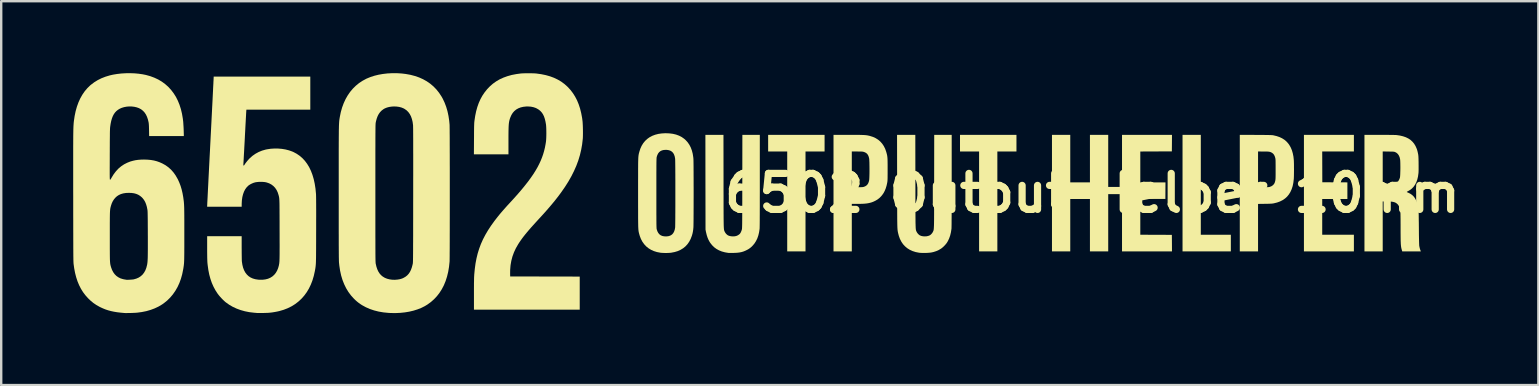
<source format=kicad_pcb>
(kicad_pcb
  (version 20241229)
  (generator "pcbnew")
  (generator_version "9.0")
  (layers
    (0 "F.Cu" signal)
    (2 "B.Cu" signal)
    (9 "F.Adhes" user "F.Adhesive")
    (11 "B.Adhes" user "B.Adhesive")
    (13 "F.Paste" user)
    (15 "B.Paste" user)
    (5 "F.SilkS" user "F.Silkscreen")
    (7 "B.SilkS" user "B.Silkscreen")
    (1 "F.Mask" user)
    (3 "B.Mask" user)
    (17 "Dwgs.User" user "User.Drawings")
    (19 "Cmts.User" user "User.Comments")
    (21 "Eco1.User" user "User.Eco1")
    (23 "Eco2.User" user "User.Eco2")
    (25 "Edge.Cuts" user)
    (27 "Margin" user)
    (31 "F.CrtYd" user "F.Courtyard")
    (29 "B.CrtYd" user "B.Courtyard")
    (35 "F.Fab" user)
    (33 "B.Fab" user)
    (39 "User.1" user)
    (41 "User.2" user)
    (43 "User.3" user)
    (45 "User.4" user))
  (footprint "6502 Output Helper 10mm"
    (layer "F.Cu")
    (at 42.473 4.998)
    (property "Reference" "6502 Output Helper 10mm" (at 0 0 0) (layer "F.SilkS") (effects (font (size 1.5 1.5) (thickness 0.3))))
    (attr board_only exclude_from_pos_files exclude_from_bom)
    (fp_poly (pts (xy 4.518 -0.347) (xy 4.518 1.735) (xy 5.144 1.735) (xy 5.77 1.735) (xy 5.77 2.081) (xy 5.77 2.428) (xy 4.764 2.428) (xy 3.757 2.428) (xy 3.757 0) (xy 3.757 -2.428) (xy 4.137 -2.428) (xy 4.518 -2.428)) (stroke (width 0) (type solid)) (fill yes) (layer "F.SilkS"))
    (fp_poly (pts (xy -11.16 -2.081) (xy -11.16 -1.735) (xy -11.558 -1.735) (xy -11.955 -1.735) (xy -11.955 0.347) (xy -11.955 2.428) (xy -12.336 2.428) (xy -12.717 2.428) (xy -12.717 0.347) (xy -12.717 -1.735) (xy -13.115 -1.735) (xy -13.512 -1.735) (xy -13.512 -2.081) (xy -13.512 -2.428) (xy -12.336 -2.428) (xy -11.16 -2.428)) (stroke (width 0) (type solid)) (fill yes) (layer "F.SilkS"))
    (fp_poly (pts (xy -3.164 -2.081) (xy -3.164 -1.735) (xy -3.562 -1.735) (xy -3.96 -1.735) (xy -3.96 0.347) (xy -3.96 2.428) (xy -4.341 2.428) (xy -4.721 2.428) (xy -4.721 0.347) (xy -4.721 -1.735) (xy -5.119 -1.735) (xy -5.517 -1.735) (xy -5.517 -2.081) (xy -5.517 -2.428) (xy -4.341 -2.428) (xy -3.164 -2.428)) (stroke (width 0) (type solid)) (fill yes) (layer "F.SilkS"))
    (fp_poly (pts (xy -0.922 -1.438) (xy -0.922 -0.448) (xy -0.512 -0.448) (xy -0.102 -0.448) (xy -0.102 -1.438) (xy -0.102 -2.428) (xy 0.279 -2.428) (xy 0.66 -2.428) (xy 0.66 0) (xy 0.66 2.428) (xy 0.279 2.428) (xy -0.102 2.428) (xy -0.102 1.337) (xy -0.102 0.245) (xy -0.512 0.245) (xy -0.922 0.245) (xy -0.922 1.337) (xy -0.922 2.428) (xy -1.303 2.428) (xy -1.684 2.428) (xy -1.684 0) (xy -1.684 -2.428) (xy -1.303 -2.428) (xy -0.922 -2.428)) (stroke (width 0) (type solid)) (fill yes) (layer "F.SilkS"))
    (fp_poly (pts (xy 3.315 -2.084) (xy 3.312 -1.739) (xy 2.655 -1.737) (xy 1.997 -1.734) (xy 1.997 -1.091) (xy 1.997 -0.448) (xy 2.521 -0.448) (xy 3.046 -0.448) (xy 3.044 -0.104) (xy 3.042 0.241) (xy 2.519 0.243) (xy 1.997 0.245) (xy 1.997 0.99) (xy 1.997 1.734) (xy 2.655 1.737) (xy 3.312 1.739) (xy 3.315 2.084) (xy 3.317 2.428) (xy 2.276 2.428) (xy 1.235 2.428) (xy 1.235 0) (xy 1.235 -2.428) (xy 2.276 -2.428) (xy 3.317 -2.428)) (stroke (width 0) (type solid)) (fill yes) (layer "F.SilkS"))
    (fp_poly (pts (xy 10.898 -2.081) (xy 10.898 -1.735) (xy 10.238 -1.735) (xy 9.578 -1.735) (xy 9.58 -1.094) (xy 9.582 -0.453) (xy 10.105 -0.45) (xy 10.627 -0.448) (xy 10.627 -0.101) (xy 10.627 0.245) (xy 10.102 0.245) (xy 9.578 0.245) (xy 9.578 0.99) (xy 9.578 1.735) (xy 10.238 1.735) (xy 10.898 1.735) (xy 10.898 2.081) (xy 10.898 2.428) (xy 9.857 2.428) (xy 8.816 2.428) (xy 8.816 0) (xy 8.816 -2.428) (xy 9.857 -2.428) (xy 10.898 -2.428)) (stroke (width 0) (type solid)) (fill yes) (layer "F.SilkS"))
    (fp_poly (pts (xy 6.809 -2.426) (xy 6.933 -2.425) (xy 7.042 -2.425) (xy 7.136 -2.424) (xy 7.217 -2.423) (xy 7.286 -2.422) (xy 7.344 -2.421) (xy 7.392 -2.42) (xy 7.431 -2.419) (xy 7.464 -2.417) (xy 7.49 -2.416) (xy 7.512 -2.414) (xy 7.529 -2.411) (xy 7.545 -2.409) (xy 7.547 -2.408) (xy 7.681 -2.376) (xy 7.8 -2.335) (xy 7.907 -2.284) (xy 8.003 -2.223) (xy 8.087 -2.152) (xy 8.162 -2.068) (xy 8.205 -2.009) (xy 8.264 -1.906) (xy 8.313 -1.79) (xy 8.351 -1.662) (xy 8.379 -1.522) (xy 8.393 -1.393) (xy 8.396 -1.348) (xy 8.398 -1.29) (xy 8.4 -1.221) (xy 8.401 -1.143) (xy 8.401 -1.06) (xy 8.402 -0.975) (xy 8.401 -0.89) (xy 8.4 -0.809) (xy 8.399 -0.734) (xy 8.397 -0.668) (xy 8.395 -0.614) (xy 8.393 -0.587) (xy 8.375 -0.434) (xy 8.346 -0.293) (xy 8.305 -0.165) (xy 8.253 -0.05) (xy 8.19 0.053) (xy 8.115 0.145) (xy 8.028 0.224) (xy 7.93 0.291) (xy 7.819 0.347) (xy 7.696 0.392) (xy 7.561 0.425) (xy 7.547 0.428) (xy 7.519 0.432) (xy 7.488 0.436) (xy 7.45 0.439) (xy 7.405 0.441) (xy 7.349 0.443) (xy 7.281 0.445) (xy 7.198 0.446) (xy 7.186 0.446) (xy 6.904 0.45) (xy 6.904 1.439) (xy 6.904 2.428) (xy 6.523 2.428) (xy 6.143 2.428) (xy 6.143 -0.000426) (xy 6.143 -0.99) (xy 6.904 -0.99) (xy 6.904 -0.245) (xy 7.122 -0.245) (xy 7.201 -0.246) (xy 7.265 -0.247) (xy 7.314 -0.249) (xy 7.351 -0.252) (xy 7.376 -0.255) (xy 7.382 -0.257) (xy 7.453 -0.283) (xy 7.513 -0.321) (xy 7.561 -0.369) (xy 7.588 -0.412) (xy 7.598 -0.436) (xy 7.609 -0.47) (xy 7.619 -0.507) (xy 7.62 -0.512) (xy 7.624 -0.529) (xy 7.627 -0.547) (xy 7.629 -0.567) (xy 7.631 -0.591) (xy 7.633 -0.621) (xy 7.634 -0.659) (xy 7.635 -0.706) (xy 7.636 -0.763) (xy 7.636 -0.833) (xy 7.636 -0.916) (xy 7.636 -0.994) (xy 7.636 -1.09) (xy 7.636 -1.171) (xy 7.635 -1.239) (xy 7.635 -1.294) (xy 7.634 -1.338) (xy 7.633 -1.374) (xy 7.631 -1.402) (xy 7.629 -1.424) (xy 7.626 -1.443) (xy 7.623 -1.458) (xy 7.621 -1.467) (xy 7.598 -1.54) (xy 7.569 -1.598) (xy 7.533 -1.643) (xy 7.488 -1.678) (xy 7.467 -1.69) (xy 7.441 -1.703) (xy 7.416 -1.713) (xy 7.389 -1.721) (xy 7.36 -1.726) (xy 7.324 -1.73) (xy 7.28 -1.733) (xy 7.225 -1.734) (xy 7.156 -1.734) (xy 7.122 -1.734) (xy 6.904 -1.735) (xy 6.904 -0.99) (xy 6.143 -0.99) (xy 6.143 -2.429)) (stroke (width 0) (type solid)) (fill yes) (layer "F.SilkS"))
    (fp_poly (pts (xy -10.038 -2.428) (xy -9.926 -2.428) (xy -9.828 -2.428) (xy -9.742 -2.427) (xy -9.668 -2.426) (xy -9.605 -2.424) (xy -9.55 -2.422) (xy -9.502 -2.42) (xy -9.461 -2.417) (xy -9.424 -2.413) (xy -9.39 -2.408) (xy -9.359 -2.403) (xy -9.328 -2.396) (xy -9.296 -2.389) (xy -9.272 -2.383) (xy -9.146 -2.343) (xy -9.032 -2.291) (xy -8.93 -2.227) (xy -8.839 -2.15) (xy -8.76 -2.061) (xy -8.692 -1.96) (xy -8.635 -1.846) (xy -8.591 -1.719) (xy -8.581 -1.684) (xy -8.571 -1.646) (xy -8.562 -1.612) (xy -8.555 -1.579) (xy -8.549 -1.547) (xy -8.545 -1.512) (xy -8.541 -1.475) (xy -8.538 -1.432) (xy -8.536 -1.383) (xy -8.535 -1.325) (xy -8.534 -1.257) (xy -8.533 -1.176) (xy -8.533 -1.082) (xy -8.533 -0.99) (xy -8.533 -0.888) (xy -8.533 -0.801) (xy -8.534 -0.727) (xy -8.534 -0.666) (xy -8.535 -0.616) (xy -8.536 -0.574) (xy -8.538 -0.54) (xy -8.539 -0.512) (xy -8.542 -0.488) (xy -8.545 -0.467) (xy -8.548 -0.447) (xy -8.548 -0.444) (xy -8.576 -0.314) (xy -8.611 -0.198) (xy -8.653 -0.095) (xy -8.702 -0.002) (xy -8.761 0.082) (xy -8.81 0.14) (xy -8.881 0.209) (xy -8.956 0.266) (xy -9.04 0.316) (xy -9.061 0.326) (xy -9.126 0.357) (xy -9.191 0.382) (xy -9.259 0.402) (xy -9.33 0.418) (xy -9.409 0.431) (xy -9.496 0.44) (xy -9.593 0.445) (xy -9.704 0.448) (xy -9.787 0.448) (xy -10.026 0.448) (xy -10.026 1.438) (xy -10.026 2.428) (xy -10.407 2.428) (xy -10.788 2.428) (xy -10.788 0) (xy -10.788 -0.99) (xy -10.026 -0.99) (xy -10.026 -0.245) (xy -9.804 -0.245) (xy -9.725 -0.246) (xy -9.66 -0.247) (xy -9.61 -0.249) (xy -9.573 -0.252) (xy -9.547 -0.255) (xy -9.54 -0.257) (xy -9.472 -0.282) (xy -9.416 -0.317) (xy -9.371 -0.363) (xy -9.337 -0.422) (xy -9.312 -0.494) (xy -9.304 -0.532) (xy -9.3 -0.561) (xy -9.297 -0.604) (xy -9.294 -0.66) (xy -9.292 -0.726) (xy -9.29 -0.799) (xy -9.289 -0.878) (xy -9.289 -0.96) (xy -9.289 -1.043) (xy -9.29 -1.124) (xy -9.291 -1.201) (xy -9.292 -1.273) (xy -9.295 -1.336) (xy -9.297 -1.388) (xy -9.301 -1.427) (xy -9.303 -1.445) (xy -9.323 -1.522) (xy -9.35 -1.585) (xy -9.386 -1.636) (xy -9.432 -1.675) (xy -9.489 -1.704) (xy -9.528 -1.718) (xy -9.547 -1.723) (xy -9.566 -1.727) (xy -9.589 -1.73) (xy -9.617 -1.732) (xy -9.653 -1.733) (xy -9.7 -1.734) (xy -9.759 -1.734) (xy -9.805 -1.735) (xy -10.026 -1.735) (xy -10.026 -0.99) (xy -10.788 -0.99) (xy -10.788 -2.428) (xy -10.166 -2.428)) (stroke (width 0) (type solid)) (fill yes) (layer "F.SilkS"))
    (fp_poly (pts (xy -15.371 -0.489) (xy -15.371 -0.272) (xy -15.371 -0.072) (xy -15.37 0.113) (xy -15.37 0.283) (xy -15.37 0.439) (xy -15.37 0.581) (xy -15.369 0.71) (xy -15.369 0.827) (xy -15.368 0.932) (xy -15.368 1.026) (xy -15.367 1.11) (xy -15.366 1.185) (xy -15.365 1.25) (xy -15.364 1.307) (xy -15.363 1.357) (xy -15.361 1.399) (xy -15.359 1.436) (xy -15.357 1.466) (xy -15.355 1.492) (xy -15.352 1.514) (xy -15.35 1.532) (xy -15.346 1.546) (xy -15.343 1.559) (xy -15.339 1.57) (xy -15.335 1.58) (xy -15.331 1.59) (xy -15.326 1.6) (xy -15.32 1.611) (xy -15.317 1.617) (xy -15.295 1.656) (xy -15.263 1.696) (xy -15.226 1.732) (xy -15.19 1.758) (xy -15.183 1.762) (xy -15.126 1.784) (xy -15.059 1.798) (xy -14.988 1.803) (xy -14.917 1.801) (xy -14.851 1.789) (xy -14.839 1.785) (xy -14.791 1.766) (xy -14.744 1.738) (xy -14.703 1.707) (xy -14.686 1.689) (xy -14.663 1.656) (xy -14.641 1.611) (xy -14.621 1.562) (xy -14.607 1.514) (xy -14.605 1.506) (xy -14.604 1.498) (xy -14.602 1.487) (xy -14.601 1.474) (xy -14.6 1.457) (xy -14.599 1.437) (xy -14.598 1.412) (xy -14.597 1.382) (xy -14.596 1.346) (xy -14.595 1.304) (xy -14.594 1.254) (xy -14.594 1.196) (xy -14.593 1.13) (xy -14.593 1.055) (xy -14.592 0.97) (xy -14.592 0.875) (xy -14.591 0.768) (xy -14.591 0.649) (xy -14.591 0.518) (xy -14.59 0.374) (xy -14.59 0.216) (xy -14.59 0.043) (xy -14.59 -0.144) (xy -14.589 -0.348) (xy -14.589 -0.489) (xy -14.586 -2.428) (xy -14.223 -2.428) (xy -13.859 -2.428) (xy -13.859 -0.512) (xy -13.859 -0.262) (xy -13.859 -0.03) (xy -13.86 0.185) (xy -13.86 0.384) (xy -13.86 0.566) (xy -13.861 0.732) (xy -13.861 0.881) (xy -13.862 1.014) (xy -13.862 1.13) (xy -13.863 1.23) (xy -13.864 1.313) (xy -13.865 1.381) (xy -13.866 1.432) (xy -13.867 1.468) (xy -13.868 1.487) (xy -13.868 1.487) (xy -13.89 1.634) (xy -13.922 1.768) (xy -13.965 1.891) (xy -14.02 2.002) (xy -14.085 2.103) (xy -14.158 2.189) (xy -14.219 2.249) (xy -14.278 2.297) (xy -14.341 2.339) (xy -14.397 2.369) (xy -14.474 2.406) (xy -14.549 2.435) (xy -14.624 2.457) (xy -14.704 2.473) (xy -14.792 2.484) (xy -14.891 2.49) (xy -14.959 2.492) (xy -15.015 2.492) (xy -15.066 2.492) (xy -15.111 2.492) (xy -15.146 2.492) (xy -15.167 2.491) (xy -15.171 2.491) (xy -15.312 2.467) (xy -15.442 2.432) (xy -15.559 2.385) (xy -15.666 2.326) (xy -15.762 2.255) (xy -15.847 2.171) (xy -15.923 2.075) (xy -15.957 2.022) (xy -16 1.942) (xy -16.037 1.855) (xy -16.069 1.757) (xy -16.096 1.646) (xy -16.104 1.612) (xy -16.122 1.519) (xy -16.125 -0.455) (xy -16.127 -2.428) (xy -15.751 -2.428) (xy -15.374 -2.428)) (stroke (width 0) (type solid)) (fill yes) (layer "F.SilkS"))
    (fp_poly (pts (xy -7.376 -0.489) (xy -7.375 -0.272) (xy -7.375 -0.072) (xy -7.375 0.113) (xy -7.375 0.283) (xy -7.374 0.439) (xy -7.374 0.581) (xy -7.374 0.71) (xy -7.373 0.827) (xy -7.373 0.932) (xy -7.372 1.026) (xy -7.371 1.11) (xy -7.371 1.185) (xy -7.37 1.25) (xy -7.368 1.307) (xy -7.367 1.357) (xy -7.365 1.399) (xy -7.364 1.436) (xy -7.362 1.466) (xy -7.359 1.492) (xy -7.357 1.514) (xy -7.354 1.532) (xy -7.351 1.546) (xy -7.347 1.559) (xy -7.344 1.57) (xy -7.339 1.58) (xy -7.335 1.59) (xy -7.33 1.6) (xy -7.325 1.611) (xy -7.322 1.617) (xy -7.299 1.656) (xy -7.267 1.696) (xy -7.23 1.732) (xy -7.193 1.759) (xy -7.187 1.762) (xy -7.127 1.785) (xy -7.058 1.799) (xy -6.984 1.803) (xy -6.91 1.799) (xy -6.84 1.784) (xy -6.782 1.762) (xy -6.746 1.738) (xy -6.709 1.704) (xy -6.676 1.664) (xy -6.651 1.625) (xy -6.647 1.617) (xy -6.642 1.605) (xy -6.637 1.595) (xy -6.632 1.585) (xy -6.628 1.575) (xy -6.624 1.565) (xy -6.62 1.553) (xy -6.617 1.539) (xy -6.614 1.523) (xy -6.611 1.504) (xy -6.609 1.48) (xy -6.607 1.452) (xy -6.605 1.418) (xy -6.603 1.379) (xy -6.601 1.333) (xy -6.6 1.28) (xy -6.599 1.219) (xy -6.598 1.149) (xy -6.597 1.07) (xy -6.597 0.981) (xy -6.596 0.881) (xy -6.596 0.77) (xy -6.595 0.648) (xy -6.595 0.512) (xy -6.595 0.364) (xy -6.594 0.201) (xy -6.594 0.024) (xy -6.594 -0.169) (xy -6.594 -0.377) (xy -6.594 -0.489) (xy -6.591 -2.428) (xy -6.227 -2.428) (xy -5.863 -2.428) (xy -5.863 -0.512) (xy -5.864 -0.262) (xy -5.864 -0.03) (xy -5.864 0.185) (xy -5.864 0.384) (xy -5.864 0.566) (xy -5.865 0.732) (xy -5.865 0.881) (xy -5.866 1.014) (xy -5.867 1.13) (xy -5.867 1.23) (xy -5.868 1.313) (xy -5.869 1.381) (xy -5.87 1.432) (xy -5.871 1.468) (xy -5.872 1.487) (xy -5.872 1.487) (xy -5.895 1.635) (xy -5.928 1.772) (xy -5.973 1.898) (xy -6.029 2.012) (xy -6.069 2.077) (xy -6.108 2.127) (xy -6.156 2.181) (xy -6.209 2.234) (xy -6.263 2.281) (xy -6.308 2.315) (xy -6.404 2.371) (xy -6.506 2.417) (xy -6.618 2.453) (xy -6.697 2.471) (xy -6.746 2.479) (xy -6.808 2.485) (xy -6.878 2.49) (xy -6.953 2.493) (xy -7.029 2.493) (xy -7.101 2.492) (xy -7.166 2.489) (xy -7.22 2.484) (xy -7.226 2.483) (xy -7.364 2.456) (xy -7.492 2.415) (xy -7.609 2.362) (xy -7.714 2.296) (xy -7.807 2.218) (xy -7.89 2.128) (xy -7.96 2.025) (xy -8.019 1.911) (xy -8.065 1.784) (xy -8.092 1.683) (xy -8.096 1.663) (xy -8.101 1.644) (xy -8.105 1.626) (xy -8.108 1.608) (xy -8.111 1.59) (xy -8.114 1.57) (xy -8.117 1.548) (xy -8.12 1.523) (xy -8.122 1.495) (xy -8.124 1.463) (xy -8.126 1.426) (xy -8.127 1.384) (xy -8.129 1.335) (xy -8.13 1.279) (xy -8.131 1.216) (xy -8.132 1.145) (xy -8.133 1.065) (xy -8.133 0.975) (xy -8.134 0.874) (xy -8.134 0.763) (xy -8.135 0.64) (xy -8.135 0.504) (xy -8.136 0.356) (xy -8.136 0.193) (xy -8.136 0.016) (xy -8.137 -0.176) (xy -8.137 -0.384) (xy -8.137 -0.493) (xy -8.14 -2.428) (xy -7.759 -2.428) (xy -7.379 -2.428)) (stroke (width 0) (type solid)) (fill yes) (layer "F.SilkS"))
    (fp_poly (pts (xy 12.083 -2.428) (xy 12.194 -2.428) (xy 12.296 -2.427) (xy 12.389 -2.426) (xy 12.472 -2.425) (xy 12.542 -2.424) (xy 12.599 -2.423) (xy 12.642 -2.422) (xy 12.669 -2.42) (xy 12.673 -2.42) (xy 12.816 -2.399) (xy 12.946 -2.368) (xy 13.063 -2.328) (xy 13.167 -2.277) (xy 13.259 -2.215) (xy 13.339 -2.142) (xy 13.408 -2.059) (xy 13.466 -1.963) (xy 13.513 -1.856) (xy 13.514 -1.856) (xy 13.53 -1.81) (xy 13.543 -1.764) (xy 13.556 -1.713) (xy 13.569 -1.65) (xy 13.573 -1.633) (xy 13.578 -1.607) (xy 13.581 -1.58) (xy 13.585 -1.551) (xy 13.587 -1.517) (xy 13.589 -1.475) (xy 13.591 -1.425) (xy 13.592 -1.363) (xy 13.594 -1.288) (xy 13.594 -1.239) (xy 13.595 -1.14) (xy 13.595 -1.05) (xy 13.595 -0.972) (xy 13.593 -0.906) (xy 13.591 -0.855) (xy 13.589 -0.833) (xy 13.57 -0.693) (xy 13.54 -0.566) (xy 13.499 -0.452) (xy 13.447 -0.351) (xy 13.384 -0.262) (xy 13.31 -0.186) (xy 13.224 -0.123) (xy 13.168 -0.091) (xy 13.138 -0.074) (xy 13.114 -0.061) (xy 13.102 -0.051) (xy 13.1 -0.048) (xy 13.108 -0.042) (xy 13.129 -0.032) (xy 13.157 -0.019) (xy 13.164 -0.017) (xy 13.247 0.024) (xy 13.32 0.074) (xy 13.384 0.134) (xy 13.439 0.206) (xy 13.486 0.291) (xy 13.525 0.388) (xy 13.556 0.499) (xy 13.58 0.626) (xy 13.585 0.658) (xy 13.588 0.679) (xy 13.59 0.702) (xy 13.592 0.73) (xy 13.594 0.763) (xy 13.596 0.803) (xy 13.597 0.85) (xy 13.599 0.906) (xy 13.6 0.973) (xy 13.601 1.051) (xy 13.602 1.141) (xy 13.604 1.245) (xy 13.605 1.364) (xy 13.606 1.447) (xy 13.607 1.591) (xy 13.608 1.721) (xy 13.61 1.836) (xy 13.612 1.936) (xy 13.614 2.02) (xy 13.616 2.089) (xy 13.618 2.141) (xy 13.62 2.178) (xy 13.621 2.196) (xy 13.635 2.264) (xy 13.652 2.33) (xy 13.671 2.386) (xy 13.674 2.392) (xy 13.689 2.428) (xy 13.301 2.428) (xy 12.913 2.428) (xy 12.896 2.371) (xy 12.887 2.34) (xy 12.879 2.308) (xy 12.872 2.276) (xy 12.866 2.242) (xy 12.861 2.204) (xy 12.857 2.162) (xy 12.853 2.114) (xy 12.851 2.058) (xy 12.848 1.994) (xy 12.847 1.92) (xy 12.846 1.835) (xy 12.845 1.738) (xy 12.844 1.627) (xy 12.844 1.5) (xy 12.844 1.43) (xy 12.844 1.322) (xy 12.843 1.219) (xy 12.843 1.124) (xy 12.842 1.036) (xy 12.841 0.959) (xy 12.84 0.893) (xy 12.838 0.839) (xy 12.837 0.8) (xy 12.835 0.776) (xy 12.835 0.774) (xy 12.821 0.682) (xy 12.8 0.604) (xy 12.772 0.538) (xy 12.737 0.484) (xy 12.707 0.452) (xy 12.672 0.423) (xy 12.634 0.399) (xy 12.591 0.381) (xy 12.542 0.367) (xy 12.483 0.357) (xy 12.414 0.351) (xy 12.331 0.348) (xy 12.271 0.347) (xy 12.099 0.347) (xy 12.099 1.388) (xy 12.099 2.428) (xy 11.719 2.428) (xy 11.338 2.428) (xy 11.338 0) (xy 11.338 -1.041) (xy 12.099 -1.041) (xy 12.099 -0.347) (xy 12.266 -0.347) (xy 12.322 -0.348) (xy 12.377 -0.349) (xy 12.425 -0.351) (xy 12.465 -0.353) (xy 12.49 -0.355) (xy 12.572 -0.374) (xy 12.644 -0.406) (xy 12.704 -0.451) (xy 12.753 -0.508) (xy 12.793 -0.58) (xy 12.816 -0.643) (xy 12.82 -0.667) (xy 12.824 -0.705) (xy 12.828 -0.756) (xy 12.83 -0.816) (xy 12.832 -0.883) (xy 12.834 -0.955) (xy 12.835 -1.03) (xy 12.835 -1.105) (xy 12.834 -1.178) (xy 12.833 -1.246) (xy 12.831 -1.307) (xy 12.829 -1.358) (xy 12.825 -1.398) (xy 12.823 -1.412) (xy 12.803 -1.497) (xy 12.771 -1.57) (xy 12.73 -1.63) (xy 12.678 -1.677) (xy 12.617 -1.711) (xy 12.617 -1.711) (xy 12.602 -1.716) (xy 12.587 -1.721) (xy 12.57 -1.724) (xy 12.548 -1.727) (xy 12.519 -1.729) (xy 12.482 -1.73) (xy 12.433 -1.731) (xy 12.371 -1.732) (xy 12.334 -1.733) (xy 12.099 -1.736) (xy 12.099 -1.041) (xy 11.338 -1.041) (xy 11.338 -2.428) (xy 11.964 -2.428)) (stroke (width 0) (type solid)) (fill yes) (layer "F.SilkS"))
    (fp_poly (pts (xy -23.405 -4.995) (xy -23.329 -4.993) (xy -23.26 -4.991) (xy -23.202 -4.987) (xy -23.175 -4.985) (xy -22.972 -4.957) (xy -22.781 -4.918) (xy -22.601 -4.867) (xy -22.434 -4.805) (xy -22.278 -4.73) (xy -22.132 -4.644) (xy -21.998 -4.545) (xy -21.874 -4.434) (xy -21.864 -4.424) (xy -21.749 -4.299) (xy -21.647 -4.165) (xy -21.556 -4.021) (xy -21.476 -3.867) (xy -21.408 -3.702) (xy -21.35 -3.526) (xy -21.303 -3.337) (xy -21.265 -3.136) (xy -21.25 -3.021) (xy -21.244 -2.967) (xy -21.24 -2.9) (xy -21.236 -2.823) (xy -21.233 -2.739) (xy -21.231 -2.651) (xy -21.23 -2.562) (xy -21.23 -2.477) (xy -21.231 -2.397) (xy -21.233 -2.327) (xy -21.236 -2.27) (xy -21.237 -2.264) (xy -21.263 -2.034) (xy -21.303 -1.808) (xy -21.356 -1.584) (xy -21.423 -1.362) (xy -21.505 -1.142) (xy -21.602 -0.922) (xy -21.713 -0.701) (xy -21.84 -0.478) (xy -21.982 -0.254) (xy -22.141 -0.026) (xy -22.142 -0.025) (xy -22.229 0.093) (xy -22.319 0.21) (xy -22.413 0.329) (xy -22.513 0.45) (xy -22.619 0.576) (xy -22.733 0.707) (xy -22.856 0.846) (xy -22.99 0.993) (xy -23.073 1.083) (xy -23.192 1.213) (xy -23.3 1.332) (xy -23.398 1.441) (xy -23.486 1.543) (xy -23.566 1.637) (xy -23.639 1.726) (xy -23.705 1.809) (xy -23.765 1.889) (xy -23.821 1.967) (xy -23.874 2.044) (xy -23.923 2.12) (xy -23.928 2.128) (xy -24.024 2.295) (xy -24.104 2.466) (xy -24.168 2.641) (xy -24.215 2.821) (xy -24.247 3.006) (xy -24.263 3.198) (xy -24.265 3.367) (xy -24.262 3.473) (xy -22.813 3.475) (xy -21.364 3.478) (xy -21.364 4.167) (xy -21.364 4.857) (xy -23.568 4.857) (xy -25.772 4.857) (xy -25.772 4.211) (xy -25.772 4.075) (xy -25.772 3.954) (xy -25.771 3.847) (xy -25.771 3.754) (xy -25.769 3.672) (xy -25.768 3.602) (xy -25.767 3.54) (xy -25.765 3.487) (xy -25.762 3.44) (xy -25.76 3.4) (xy -25.76 3.397) (xy -25.737 3.159) (xy -25.707 2.934) (xy -25.666 2.719) (xy -25.616 2.513) (xy -25.554 2.314) (xy -25.482 2.12) (xy -25.397 1.93) (xy -25.299 1.741) (xy -25.187 1.551) (xy -25.062 1.36) (xy -24.921 1.164) (xy -24.898 1.134) (xy -24.832 1.049) (xy -24.766 0.965) (xy -24.698 0.881) (xy -24.625 0.795) (xy -24.547 0.705) (xy -24.462 0.609) (xy -24.368 0.504) (xy -24.263 0.391) (xy -24.254 0.381) (xy -24.08 0.191) (xy -23.92 0.01) (xy -23.773 -0.162) (xy -23.638 -0.328) (xy -23.514 -0.486) (xy -23.402 -0.639) (xy -23.3 -0.787) (xy -23.209 -0.931) (xy -23.127 -1.072) (xy -23.055 -1.211) (xy -22.991 -1.348) (xy -22.936 -1.484) (xy -22.888 -1.621) (xy -22.848 -1.759) (xy -22.814 -1.898) (xy -22.787 -2.041) (xy -22.771 -2.141) (xy -22.766 -2.192) (xy -22.761 -2.257) (xy -22.758 -2.331) (xy -22.756 -2.412) (xy -22.755 -2.496) (xy -22.756 -2.581) (xy -22.757 -2.662) (xy -22.76 -2.737) (xy -22.764 -2.803) (xy -22.769 -2.856) (xy -22.771 -2.868) (xy -22.793 -2.991) (xy -22.82 -3.099) (xy -22.852 -3.194) (xy -22.891 -3.276) (xy -22.937 -3.348) (xy -22.992 -3.411) (xy -23.054 -3.465) (xy -23.097 -3.495) (xy -23.187 -3.545) (xy -23.288 -3.58) (xy -23.398 -3.603) (xy -23.517 -3.611) (xy -23.594 -3.61) (xy -23.715 -3.597) (xy -23.826 -3.571) (xy -23.925 -3.533) (xy -24.014 -3.482) (xy -24.091 -3.418) (xy -24.158 -3.341) (xy -24.213 -3.251) (xy -24.258 -3.148) (xy -24.272 -3.11) (xy -24.283 -3.073) (xy -24.293 -3.037) (xy -24.302 -2.999) (xy -24.309 -2.958) (xy -24.316 -2.913) (xy -24.321 -2.863) (xy -24.325 -2.805) (xy -24.328 -2.74) (xy -24.33 -2.665) (xy -24.332 -2.579) (xy -24.333 -2.481) (xy -24.334 -2.37) (xy -24.334 -2.243) (xy -24.334 -2.182) (xy -24.334 -1.616) (xy -25.054 -1.616) (xy -25.774 -1.616) (xy -25.77 -2.253) (xy -25.769 -2.377) (xy -25.769 -2.485) (xy -25.768 -2.579) (xy -25.767 -2.661) (xy -25.766 -2.73) (xy -25.765 -2.79) (xy -25.763 -2.84) (xy -25.762 -2.883) (xy -25.76 -2.919) (xy -25.758 -2.951) (xy -25.755 -2.978) (xy -25.752 -3.004) (xy -25.752 -3.008) (xy -25.721 -3.215) (xy -25.681 -3.409) (xy -25.631 -3.59) (xy -25.571 -3.759) (xy -25.5 -3.917) (xy -25.419 -4.064) (xy -25.326 -4.201) (xy -25.223 -4.33) (xy -25.107 -4.451) (xy -24.983 -4.559) (xy -24.847 -4.656) (xy -24.702 -4.741) (xy -24.545 -4.813) (xy -24.376 -4.874) (xy -24.197 -4.924) (xy -24.005 -4.961) (xy -23.826 -4.985) (xy -23.778 -4.989) (xy -23.716 -4.992) (xy -23.644 -4.994) (xy -23.566 -4.995) (xy -23.485 -4.995)) (stroke (width 0) (type solid)) (fill yes) (layer "F.SilkS"))
    (fp_poly (pts (xy -17.621 -2.489) (xy -17.479 -2.471) (xy -17.347 -2.439) (xy -17.227 -2.395) (xy -17.117 -2.339) (xy -17.017 -2.269) (xy -16.946 -2.206) (xy -16.864 -2.115) (xy -16.794 -2.013) (xy -16.736 -1.9) (xy -16.69 -1.776) (xy -16.655 -1.64) (xy -16.632 -1.491) (xy -16.626 -1.427) (xy -16.625 -1.403) (xy -16.624 -1.364) (xy -16.623 -1.31) (xy -16.622 -1.243) (xy -16.621 -1.163) (xy -16.62 -1.073) (xy -16.62 -0.972) (xy -16.619 -0.863) (xy -16.619 -0.745) (xy -16.618 -0.622) (xy -16.618 -0.493) (xy -16.618 -0.36) (xy -16.617 -0.224) (xy -16.617 -0.085) (xy -16.617 0.053) (xy -16.617 0.192) (xy -16.618 0.328) (xy -16.618 0.462) (xy -16.618 0.592) (xy -16.619 0.717) (xy -16.619 0.836) (xy -16.62 0.947) (xy -16.62 1.05) (xy -16.621 1.143) (xy -16.622 1.226) (xy -16.623 1.296) (xy -16.624 1.353) (xy -16.625 1.395) (xy -16.626 1.423) (xy -16.626 1.427) (xy -16.635 1.522) (xy -16.648 1.606) (xy -16.664 1.684) (xy -16.686 1.761) (xy -16.694 1.786) (xy -16.743 1.913) (xy -16.804 2.028) (xy -16.876 2.13) (xy -16.96 2.221) (xy -17.055 2.298) (xy -17.162 2.363) (xy -17.279 2.416) (xy -17.408 2.455) (xy -17.548 2.482) (xy -17.557 2.484) (xy -17.614 2.489) (xy -17.682 2.493) (xy -17.758 2.495) (xy -17.834 2.494) (xy -17.907 2.491) (xy -17.972 2.487) (xy -18.005 2.483) (xy -18.144 2.456) (xy -18.273 2.416) (xy -18.391 2.363) (xy -18.499 2.297) (xy -18.595 2.219) (xy -18.679 2.128) (xy -18.752 2.026) (xy -18.813 1.912) (xy -18.861 1.786) (xy -18.881 1.718) (xy -18.887 1.695) (xy -18.893 1.673) (xy -18.898 1.652) (xy -18.903 1.632) (xy -18.907 1.612) (xy -18.911 1.59) (xy -18.914 1.567) (xy -18.917 1.54) (xy -18.92 1.51) (xy -18.922 1.475) (xy -18.924 1.435) (xy -18.926 1.389) (xy -18.927 1.336) (xy -18.928 1.275) (xy -18.929 1.206) (xy -18.93 1.128) (xy -18.931 1.039) (xy -18.931 0.939) (xy -18.931 0.828) (xy -18.931 0.704) (xy -18.932 0.567) (xy -18.932 0.415) (xy -18.932 0.248) (xy -18.932 0.066) (xy -18.932 0) (xy -18.17 0) (xy -18.17 0.184) (xy -18.17 0.352) (xy -18.17 0.505) (xy -18.17 0.643) (xy -18.17 0.768) (xy -18.17 0.879) (xy -18.169 0.978) (xy -18.169 1.065) (xy -18.169 1.142) (xy -18.168 1.209) (xy -18.168 1.267) (xy -18.167 1.316) (xy -18.166 1.357) (xy -18.165 1.392) (xy -18.164 1.421) (xy -18.163 1.444) (xy -18.162 1.463) (xy -18.161 1.478) (xy -18.159 1.49) (xy -18.157 1.5) (xy -18.155 1.508) (xy -18.155 1.509) (xy -18.127 1.592) (xy -18.09 1.661) (xy -18.044 1.716) (xy -17.987 1.758) (xy -17.92 1.786) (xy -17.843 1.801) (xy -17.84 1.801) (xy -17.751 1.804) (xy -17.672 1.795) (xy -17.641 1.788) (xy -17.573 1.761) (xy -17.515 1.722) (xy -17.468 1.668) (xy -17.431 1.602) (xy -17.404 1.522) (xy -17.388 1.434) (xy -17.387 1.415) (xy -17.386 1.381) (xy -17.385 1.331) (xy -17.384 1.268) (xy -17.383 1.193) (xy -17.382 1.106) (xy -17.381 1.01) (xy -17.381 0.904) (xy -17.38 0.79) (xy -17.38 0.67) (xy -17.379 0.543) (xy -17.379 0.413) (xy -17.379 0.279) (xy -17.379 0.142) (xy -17.379 0.004) (xy -17.379 -0.133) (xy -17.379 -0.27) (xy -17.379 -0.404) (xy -17.379 -0.535) (xy -17.38 -0.662) (xy -17.38 -0.782) (xy -17.381 -0.897) (xy -17.381 -1.003) (xy -17.382 -1.1) (xy -17.383 -1.188) (xy -17.384 -1.264) (xy -17.385 -1.328) (xy -17.386 -1.378) (xy -17.387 -1.413) (xy -17.388 -1.433) (xy -17.388 -1.434) (xy -17.405 -1.526) (xy -17.432 -1.605) (xy -17.468 -1.67) (xy -17.515 -1.722) (xy -17.573 -1.761) (xy -17.641 -1.787) (xy -17.721 -1.801) (xy -17.777 -1.803) (xy -17.863 -1.798) (xy -17.938 -1.78) (xy -18.001 -1.75) (xy -18.054 -1.707) (xy -18.098 -1.651) (xy -18.132 -1.581) (xy -18.156 -1.507) (xy -18.157 -1.499) (xy -18.159 -1.489) (xy -18.161 -1.477) (xy -18.162 -1.462) (xy -18.163 -1.443) (xy -18.164 -1.419) (xy -18.165 -1.389) (xy -18.166 -1.354) (xy -18.167 -1.311) (xy -18.168 -1.26) (xy -18.168 -1.201) (xy -18.169 -1.133) (xy -18.169 -1.054) (xy -18.169 -0.965) (xy -18.17 -0.864) (xy -18.17 -0.75) (xy -18.17 -0.623) (xy -18.17 -0.483) (xy -18.17 -0.327) (xy -18.17 -0.156) (xy -18.17 0) (xy -18.932 0) (xy -18.932 -0.188) (xy -18.932 -0.36) (xy -18.932 -0.517) (xy -18.931 -0.659) (xy -18.931 -0.787) (xy -18.931 -0.903) (xy -18.931 -1.006) (xy -18.93 -1.099) (xy -18.93 -1.181) (xy -18.929 -1.253) (xy -18.928 -1.316) (xy -18.926 -1.372) (xy -18.925 -1.42) (xy -18.923 -1.462) (xy -18.921 -1.498) (xy -18.918 -1.53) (xy -18.915 -1.558) (xy -18.912 -1.582) (xy -18.908 -1.605) (xy -18.904 -1.626) (xy -18.9 -1.646) (xy -18.895 -1.666) (xy -18.889 -1.687) (xy -18.883 -1.71) (xy -18.881 -1.718) (xy -18.839 -1.85) (xy -18.785 -1.97) (xy -18.719 -2.078) (xy -18.641 -2.174) (xy -18.552 -2.257) (xy -18.452 -2.329) (xy -18.34 -2.388) (xy -18.218 -2.434) (xy -18.085 -2.468) (xy -17.942 -2.488) (xy -17.788 -2.496) (xy -17.774 -2.496)) (stroke (width 0) (type solid)) (fill yes) (layer "F.SilkS"))
    (fp_poly (pts (xy -32.592 -4.167) (xy -32.592 -3.477) (xy -33.924 -3.477) (xy -35.255 -3.477) (xy -35.261 -3.403) (xy -35.262 -3.386) (xy -35.264 -3.352) (xy -35.267 -3.304) (xy -35.27 -3.242) (xy -35.274 -3.168) (xy -35.279 -3.082) (xy -35.284 -2.987) (xy -35.29 -2.882) (xy -35.296 -2.77) (xy -35.302 -2.65) (xy -35.309 -2.526) (xy -35.316 -2.396) (xy -35.32 -2.306) (xy -35.327 -2.174) (xy -35.334 -2.046) (xy -35.341 -1.924) (xy -35.347 -1.807) (xy -35.353 -1.698) (xy -35.359 -1.596) (xy -35.364 -1.505) (xy -35.368 -1.424) (xy -35.372 -1.354) (xy -35.375 -1.297) (xy -35.378 -1.254) (xy -35.379 -1.226) (xy -35.38 -1.216) (xy -35.382 -1.183) (xy -35.382 -1.164) (xy -35.38 -1.154) (xy -35.373 -1.151) (xy -35.368 -1.151) (xy -35.351 -1.158) (xy -35.338 -1.175) (xy -35.319 -1.206) (xy -35.292 -1.246) (xy -35.257 -1.291) (xy -35.219 -1.339) (xy -35.179 -1.385) (xy -35.14 -1.428) (xy -35.113 -1.455) (xy -35 -1.555) (xy -34.876 -1.641) (xy -34.744 -1.713) (xy -34.603 -1.771) (xy -34.454 -1.814) (xy -34.394 -1.826) (xy -34.241 -1.849) (xy -34.085 -1.859) (xy -33.929 -1.857) (xy -33.774 -1.844) (xy -33.624 -1.819) (xy -33.48 -1.782) (xy -33.347 -1.735) (xy -33.296 -1.713) (xy -33.161 -1.641) (xy -33.036 -1.556) (xy -32.921 -1.457) (xy -32.817 -1.345) (xy -32.723 -1.219) (xy -32.639 -1.081) (xy -32.566 -0.929) (xy -32.503 -0.764) (xy -32.45 -0.585) (xy -32.408 -0.394) (xy -32.376 -0.189) (xy -32.355 0.029) (xy -32.355 0.034) (xy -32.353 0.06) (xy -32.352 0.098) (xy -32.351 0.146) (xy -32.35 0.205) (xy -32.349 0.277) (xy -32.349 0.361) (xy -32.348 0.458) (xy -32.348 0.569) (xy -32.347 0.693) (xy -32.347 0.832) (xy -32.347 0.986) (xy -32.348 1.156) (xy -32.348 1.341) (xy -32.348 1.536) (xy -32.349 1.718) (xy -32.349 1.884) (xy -32.349 2.035) (xy -32.35 2.171) (xy -32.35 2.295) (xy -32.351 2.405) (xy -32.352 2.505) (xy -32.352 2.593) (xy -32.353 2.672) (xy -32.354 2.741) (xy -32.356 2.803) (xy -32.357 2.857) (xy -32.359 2.905) (xy -32.361 2.948) (xy -32.364 2.986) (xy -32.367 3.02) (xy -32.37 3.052) (xy -32.374 3.081) (xy -32.378 3.11) (xy -32.382 3.139) (xy -32.387 3.168) (xy -32.393 3.199) (xy -32.399 3.232) (xy -32.402 3.249) (xy -32.446 3.448) (xy -32.502 3.636) (xy -32.57 3.812) (xy -32.65 3.978) (xy -32.742 4.131) (xy -32.846 4.273) (xy -32.961 4.402) (xy -33.088 4.52) (xy -33.225 4.625) (xy -33.373 4.717) (xy -33.532 4.796) (xy -33.702 4.862) (xy -33.882 4.915) (xy -33.883 4.915) (xy -33.976 4.936) (xy -34.078 4.955) (xy -34.183 4.972) (xy -34.28 4.983) (xy -34.313 4.986) (xy -34.358 4.989) (xy -34.413 4.991) (xy -34.474 4.993) (xy -34.538 4.995) (xy -34.602 4.996) (xy -34.663 4.997) (xy -34.717 4.997) (xy -34.761 4.997) (xy -34.793 4.996) (xy -34.8 4.996) (xy -34.824 4.994) (xy -34.859 4.99) (xy -34.902 4.987) (xy -34.944 4.983) (xy -35.135 4.96) (xy -35.32 4.923) (xy -35.498 4.873) (xy -35.666 4.811) (xy -35.825 4.737) (xy -35.973 4.651) (xy -36.11 4.553) (xy -36.125 4.542) (xy -36.176 4.497) (xy -36.233 4.443) (xy -36.292 4.382) (xy -36.349 4.32) (xy -36.4 4.26) (xy -36.443 4.205) (xy -36.448 4.199) (xy -36.542 4.055) (xy -36.624 3.903) (xy -36.695 3.743) (xy -36.754 3.573) (xy -36.803 3.393) (xy -36.841 3.201) (xy -36.869 2.996) (xy -36.878 2.912) (xy -36.881 2.872) (xy -36.883 2.824) (xy -36.885 2.769) (xy -36.887 2.704) (xy -36.888 2.628) (xy -36.889 2.54) (xy -36.89 2.438) (xy -36.89 2.321) (xy -36.89 2.282) (xy -36.89 1.794) (xy -36.171 1.794) (xy -35.452 1.794) (xy -35.452 2.282) (xy -35.451 2.375) (xy -35.451 2.464) (xy -35.45 2.548) (xy -35.449 2.626) (xy -35.448 2.696) (xy -35.447 2.755) (xy -35.446 2.803) (xy -35.444 2.836) (xy -35.443 2.85) (xy -35.423 2.984) (xy -35.393 3.106) (xy -35.352 3.213) (xy -35.301 3.308) (xy -35.238 3.39) (xy -35.166 3.459) (xy -35.082 3.515) (xy -34.987 3.558) (xy -34.882 3.588) (xy -34.765 3.606) (xy -34.71 3.61) (xy -34.583 3.61) (xy -34.466 3.596) (xy -34.358 3.569) (xy -34.261 3.528) (xy -34.174 3.474) (xy -34.097 3.406) (xy -34.032 3.326) (xy -33.977 3.233) (xy -33.933 3.127) (xy -33.903 3.021) (xy -33.899 2.999) (xy -33.895 2.979) (xy -33.891 2.957) (xy -33.887 2.935) (xy -33.884 2.91) (xy -33.882 2.882) (xy -33.879 2.85) (xy -33.877 2.814) (xy -33.876 2.771) (xy -33.874 2.723) (xy -33.873 2.666) (xy -33.872 2.602) (xy -33.871 2.528) (xy -33.871 2.445) (xy -33.871 2.35) (xy -33.87 2.244) (xy -33.87 2.125) (xy -33.871 1.993) (xy -33.871 1.846) (xy -33.871 1.684) (xy -33.872 1.51) (xy -33.872 1.339) (xy -33.872 1.184) (xy -33.873 1.043) (xy -33.873 0.917) (xy -33.874 0.805) (xy -33.874 0.705) (xy -33.875 0.616) (xy -33.875 0.539) (xy -33.876 0.471) (xy -33.877 0.412) (xy -33.879 0.361) (xy -33.88 0.318) (xy -33.882 0.281) (xy -33.884 0.249) (xy -33.886 0.222) (xy -33.889 0.198) (xy -33.892 0.177) (xy -33.895 0.159) (xy -33.899 0.141) (xy -33.903 0.123) (xy -33.908 0.105) (xy -33.913 0.085) (xy -33.915 0.078) (xy -33.951 -0.034) (xy -33.999 -0.133) (xy -34.058 -0.22) (xy -34.129 -0.295) (xy -34.211 -0.357) (xy -34.304 -0.407) (xy -34.407 -0.443) (xy -34.453 -0.454) (xy -34.512 -0.463) (xy -34.581 -0.468) (xy -34.657 -0.47) (xy -34.734 -0.468) (xy -34.806 -0.462) (xy -34.869 -0.453) (xy -34.884 -0.45) (xy -34.957 -0.429) (xy -35.031 -0.398) (xy -35.1 -0.362) (xy -35.16 -0.323) (xy -35.172 -0.313) (xy -35.243 -0.243) (xy -35.304 -0.16) (xy -35.354 -0.064) (xy -35.394 0.045) (xy -35.424 0.165) (xy -35.443 0.298) (xy -35.451 0.442) (xy -35.451 0.476) (xy -35.452 0.567) (xy -36.171 0.567) (xy -36.89 0.567) (xy -36.89 0.537) (xy -36.89 0.525) (xy -36.888 0.498) (xy -36.886 0.455) (xy -36.884 0.398) (xy -36.88 0.328) (xy -36.876 0.245) (xy -36.871 0.15) (xy -36.866 0.045) (xy -36.86 -0.07) (xy -36.854 -0.195) (xy -36.847 -0.327) (xy -36.84 -0.467) (xy -36.833 -0.613) (xy -36.825 -0.764) (xy -36.817 -0.921) (xy -36.814 -0.984) (xy -36.805 -1.165) (xy -36.795 -1.354) (xy -36.785 -1.551) (xy -36.774 -1.754) (xy -36.764 -1.959) (xy -36.753 -2.166) (xy -36.743 -2.372) (xy -36.732 -2.576) (xy -36.722 -2.774) (xy -36.712 -2.966) (xy -36.703 -3.149) (xy -36.694 -3.321) (xy -36.686 -3.481) (xy -36.679 -3.625) (xy -36.678 -3.631) (xy -36.671 -3.77) (xy -36.664 -3.905) (xy -36.658 -4.034) (xy -36.652 -4.157) (xy -36.646 -4.273) (xy -36.641 -4.381) (xy -36.636 -4.479) (xy -36.631 -4.567) (xy -36.628 -4.644) (xy -36.624 -4.708) (xy -36.622 -4.759) (xy -36.62 -4.796) (xy -36.619 -4.817) (xy -36.619 -4.822) (xy -36.619 -4.857) (xy -34.606 -4.857) (xy -32.592 -4.857)) (stroke (width 0) (type solid)) (fill yes) (layer "F.SilkS"))
    (fp_poly (pts (xy -28.985 -4.998) (xy -28.789 -4.986) (xy -28.619 -4.966) (xy -28.42 -4.93) (xy -28.233 -4.881) (xy -28.056 -4.82) (xy -27.89 -4.745) (xy -27.735 -4.658) (xy -27.591 -4.558) (xy -27.458 -4.445) (xy -27.336 -4.319) (xy -27.225 -4.18) (xy -27.125 -4.028) (xy -27.07 -3.93) (xy -26.995 -3.771) (xy -26.93 -3.599) (xy -26.876 -3.416) (xy -26.834 -3.221) (xy -26.803 -3.017) (xy -26.788 -2.856) (xy -26.787 -2.836) (xy -26.786 -2.8) (xy -26.786 -2.749) (xy -26.785 -2.683) (xy -26.784 -2.603) (xy -26.784 -2.511) (xy -26.783 -2.406) (xy -26.782 -2.29) (xy -26.782 -2.163) (xy -26.782 -2.027) (xy -26.781 -1.881) (xy -26.781 -1.727) (xy -26.78 -1.565) (xy -26.78 -1.397) (xy -26.78 -1.223) (xy -26.779 -1.044) (xy -26.779 -0.861) (xy -26.779 -0.674) (xy -26.779 -0.484) (xy -26.779 -0.292) (xy -26.779 -0.099) (xy -26.779 0.094) (xy -26.779 0.287) (xy -26.779 0.479) (xy -26.779 0.669) (xy -26.779 0.856) (xy -26.779 1.04) (xy -26.78 1.219) (xy -26.78 1.393) (xy -26.78 1.562) (xy -26.781 1.723) (xy -26.781 1.877) (xy -26.781 2.023) (xy -26.782 2.16) (xy -26.782 2.287) (xy -26.783 2.404) (xy -26.784 2.509) (xy -26.784 2.601) (xy -26.785 2.681) (xy -26.786 2.747) (xy -26.786 2.799) (xy -26.787 2.835) (xy -26.788 2.855) (xy -26.788 2.856) (xy -26.811 3.074) (xy -26.846 3.282) (xy -26.894 3.479) (xy -26.953 3.664) (xy -27.025 3.839) (xy -27.11 4.002) (xy -27.206 4.153) (xy -27.314 4.293) (xy -27.434 4.421) (xy -27.566 4.538) (xy -27.709 4.642) (xy -27.819 4.709) (xy -27.964 4.782) (xy -28.121 4.844) (xy -28.289 4.897) (xy -28.466 4.939) (xy -28.652 4.97) (xy -28.845 4.99) (xy -29.044 4.999) (xy -29.247 4.996) (xy -29.336 4.991) (xy -29.546 4.97) (xy -29.745 4.936) (xy -29.934 4.888) (xy -30.112 4.828) (xy -30.28 4.754) (xy -30.437 4.668) (xy -30.502 4.626) (xy -30.574 4.575) (xy -30.64 4.523) (xy -30.705 4.466) (xy -30.773 4.4) (xy -30.777 4.396) (xy -30.897 4.263) (xy -31.004 4.119) (xy -31.098 3.964) (xy -31.18 3.797) (xy -31.25 3.619) (xy -31.307 3.43) (xy -31.351 3.229) (xy -31.383 3.017) (xy -31.394 2.91) (xy -31.396 2.894) (xy -31.397 2.876) (xy -31.398 2.855) (xy -31.399 2.83) (xy -31.4 2.801) (xy -31.4 2.767) (xy -31.401 2.728) (xy -31.402 2.683) (xy -31.403 2.631) (xy -31.403 2.573) (xy -31.404 2.507) (xy -31.404 2.432) (xy -31.405 2.35) (xy -31.405 2.257) (xy -31.406 2.155) (xy -31.406 2.043) (xy -31.406 1.92) (xy -31.406 1.785) (xy -31.407 1.639) (xy -31.407 1.48) (xy -31.407 1.307) (xy -31.407 1.121) (xy -31.407 0.921) (xy -31.407 0.706) (xy -31.407 0.476) (xy -31.407 0.23) (xy -31.407 0) (xy -31.407 -0.022) (xy -29.88 -0.022) (xy -29.88 0) (xy -29.88 0.262) (xy -29.88 0.507) (xy -29.88 0.737) (xy -29.88 0.952) (xy -29.88 1.151) (xy -29.88 1.337) (xy -29.88 1.509) (xy -29.88 1.667) (xy -29.88 1.813) (xy -29.879 1.947) (xy -29.879 2.07) (xy -29.879 2.182) (xy -29.879 2.283) (xy -29.878 2.374) (xy -29.878 2.457) (xy -29.878 2.53) (xy -29.877 2.595) (xy -29.877 2.653) (xy -29.876 2.703) (xy -29.875 2.747) (xy -29.875 2.784) (xy -29.874 2.817) (xy -29.873 2.844) (xy -29.872 2.867) (xy -29.871 2.886) (xy -29.87 2.901) (xy -29.869 2.914) (xy -29.868 2.925) (xy -29.867 2.934) (xy -29.865 2.942) (xy -29.865 2.942) (xy -29.837 3.064) (xy -29.801 3.172) (xy -29.758 3.266) (xy -29.706 3.347) (xy -29.645 3.417) (xy -29.575 3.476) (xy -29.494 3.525) (xy -29.481 3.532) (xy -29.39 3.568) (xy -29.289 3.594) (xy -29.181 3.609) (xy -29.069 3.612) (xy -28.956 3.603) (xy -28.937 3.6) (xy -28.867 3.588) (xy -28.809 3.573) (xy -28.755 3.554) (xy -28.705 3.531) (xy -28.625 3.485) (xy -28.554 3.429) (xy -28.493 3.363) (xy -28.44 3.285) (xy -28.396 3.195) (xy -28.359 3.091) (xy -28.328 2.972) (xy -28.322 2.944) (xy -28.32 2.937) (xy -28.319 2.928) (xy -28.318 2.918) (xy -28.317 2.904) (xy -28.316 2.888) (xy -28.315 2.868) (xy -28.314 2.844) (xy -28.313 2.816) (xy -28.312 2.782) (xy -28.312 2.742) (xy -28.311 2.696) (xy -28.31 2.644) (xy -28.31 2.583) (xy -28.309 2.515) (xy -28.309 2.439) (xy -28.308 2.353) (xy -28.308 2.257) (xy -28.308 2.152) (xy -28.307 2.036) (xy -28.307 1.908) (xy -28.306 1.769) (xy -28.306 1.617) (xy -28.306 1.453) (xy -28.306 1.275) (xy -28.305 1.083) (xy -28.305 0.877) (xy -28.305 0.655) (xy -28.305 0.418) (xy -28.304 0.164) (xy -28.304 0.072) (xy -28.304 -0.217) (xy -28.304 -0.489) (xy -28.303 -0.745) (xy -28.303 -0.985) (xy -28.303 -1.209) (xy -28.303 -1.417) (xy -28.303 -1.61) (xy -28.304 -1.788) (xy -28.304 -1.951) (xy -28.304 -2.099) (xy -28.304 -2.233) (xy -28.305 -2.352) (xy -28.305 -2.458) (xy -28.306 -2.55) (xy -28.306 -2.629) (xy -28.307 -2.695) (xy -28.308 -2.748) (xy -28.309 -2.788) (xy -28.309 -2.816) (xy -28.31 -2.831) (xy -28.328 -2.966) (xy -28.357 -3.088) (xy -28.396 -3.198) (xy -28.446 -3.294) (xy -28.507 -3.378) (xy -28.578 -3.449) (xy -28.661 -3.507) (xy -28.706 -3.532) (xy -28.794 -3.568) (xy -28.891 -3.593) (xy -28.993 -3.607) (xy -29.097 -3.612) (xy -29.202 -3.606) (xy -29.304 -3.591) (xy -29.399 -3.566) (xy -29.486 -3.531) (xy -29.545 -3.497) (xy -29.62 -3.44) (xy -29.684 -3.374) (xy -29.739 -3.298) (xy -29.785 -3.21) (xy -29.823 -3.109) (xy -29.854 -2.995) (xy -29.865 -2.942) (xy -29.866 -2.934) (xy -29.868 -2.926) (xy -29.869 -2.915) (xy -29.87 -2.902) (xy -29.871 -2.887) (xy -29.872 -2.868) (xy -29.873 -2.846) (xy -29.874 -2.819) (xy -29.875 -2.787) (xy -29.875 -2.75) (xy -29.876 -2.707) (xy -29.876 -2.657) (xy -29.877 -2.6) (xy -29.877 -2.535) (xy -29.878 -2.463) (xy -29.878 -2.381) (xy -29.879 -2.291) (xy -29.879 -2.19) (xy -29.879 -2.079) (xy -29.879 -1.958) (xy -29.88 -1.825) (xy -29.88 -1.679) (xy -29.88 -1.522) (xy -29.88 -1.351) (xy -29.88 -1.167) (xy -29.88 -0.968) (xy -29.88 -0.755) (xy -29.88 -0.527) (xy -29.88 -0.282) (xy -29.88 -0.022) (xy -31.407 -0.022) (xy -31.407 -0.263) (xy -31.407 -0.509) (xy -31.407 -0.74) (xy -31.407 -0.956) (xy -31.407 -1.157) (xy -31.407 -1.343) (xy -31.407 -1.517) (xy -31.407 -1.677) (xy -31.407 -1.825) (xy -31.406 -1.962) (xy -31.406 -2.087) (xy -31.405 -2.202) (xy -31.405 -2.306) (xy -31.404 -2.401) (xy -31.403 -2.487) (xy -31.403 -2.565) (xy -31.402 -2.635) (xy -31.4 -2.698) (xy -31.399 -2.755) (xy -31.398 -2.805) (xy -31.396 -2.85) (xy -31.394 -2.89) (xy -31.392 -2.926) (xy -31.39 -2.958) (xy -31.388 -2.987) (xy -31.386 -3.013) (xy -31.383 -3.037) (xy -31.38 -3.06) (xy -31.377 -3.082) (xy -31.373 -3.104) (xy -31.37 -3.126) (xy -31.366 -3.149) (xy -31.362 -3.173) (xy -31.361 -3.179) (xy -31.32 -3.379) (xy -31.266 -3.569) (xy -31.2 -3.748) (xy -31.122 -3.917) (xy -31.032 -4.074) (xy -30.931 -4.22) (xy -30.818 -4.354) (xy -30.694 -4.476) (xy -30.56 -4.586) (xy -30.414 -4.682) (xy -30.258 -4.766) (xy -30.241 -4.774) (xy -30.088 -4.837) (xy -29.922 -4.891) (xy -29.747 -4.934) (xy -29.564 -4.966) (xy -29.374 -4.988) (xy -29.181 -4.998)) (stroke (width 0) (type solid)) (fill yes) (layer "F.SilkS"))
    (fp_poly (pts (xy -39.921 -4.992) (xy -39.746 -4.976) (xy -39.579 -4.952) (xy -39.445 -4.925) (xy -39.262 -4.874) (xy -39.09 -4.81) (xy -38.93 -4.735) (xy -38.781 -4.647) (xy -38.644 -4.547) (xy -38.517 -4.435) (xy -38.506 -4.424) (xy -38.389 -4.296) (xy -38.285 -4.158) (xy -38.192 -4.011) (xy -38.112 -3.852) (xy -38.043 -3.683) (xy -37.985 -3.502) (xy -37.939 -3.31) (xy -37.904 -3.105) (xy -37.893 -3.016) (xy -37.888 -2.972) (xy -37.884 -2.915) (xy -37.88 -2.847) (xy -37.875 -2.773) (xy -37.871 -2.696) (xy -37.868 -2.619) (xy -37.866 -2.546) (xy -37.864 -2.48) (xy -37.863 -2.435) (xy -37.863 -2.378) (xy -38.586 -2.378) (xy -39.308 -2.378) (xy -39.312 -2.625) (xy -39.314 -2.712) (xy -39.316 -2.784) (xy -39.319 -2.843) (xy -39.323 -2.89) (xy -39.327 -2.928) (xy -39.33 -2.947) (xy -39.359 -3.07) (xy -39.396 -3.179) (xy -39.441 -3.274) (xy -39.496 -3.357) (xy -39.561 -3.428) (xy -39.636 -3.488) (xy -39.652 -3.498) (xy -39.734 -3.542) (xy -39.827 -3.575) (xy -39.927 -3.598) (xy -40.033 -3.61) (xy -40.141 -3.612) (xy -40.249 -3.603) (xy -40.354 -3.583) (xy -40.452 -3.553) (xy -40.529 -3.519) (xy -40.604 -3.474) (xy -40.671 -3.421) (xy -40.729 -3.36) (xy -40.779 -3.289) (xy -40.822 -3.207) (xy -40.858 -3.114) (xy -40.889 -3.007) (xy -40.914 -2.885) (xy -40.932 -2.763) (xy -40.934 -2.745) (xy -40.936 -2.724) (xy -40.938 -2.698) (xy -40.939 -2.668) (xy -40.94 -2.631) (xy -40.942 -2.587) (xy -40.943 -2.536) (xy -40.944 -2.475) (xy -40.944 -2.404) (xy -40.945 -2.323) (xy -40.946 -2.23) (xy -40.947 -2.125) (xy -40.947 -2.006) (xy -40.948 -1.872) (xy -40.948 -1.723) (xy -40.949 -1.61) (xy -40.949 -1.455) (xy -40.95 -1.316) (xy -40.95 -1.192) (xy -40.951 -1.082) (xy -40.951 -0.986) (xy -40.951 -0.903) (xy -40.951 -0.831) (xy -40.951 -0.769) (xy -40.95 -0.718) (xy -40.95 -0.676) (xy -40.949 -0.642) (xy -40.948 -0.615) (xy -40.947 -0.595) (xy -40.946 -0.58) (xy -40.944 -0.57) (xy -40.943 -0.564) (xy -40.941 -0.56) (xy -40.939 -0.559) (xy -40.936 -0.558) (xy -40.936 -0.558) (xy -40.926 -0.563) (xy -40.913 -0.577) (xy -40.896 -0.604) (xy -40.873 -0.643) (xy -40.868 -0.653) (xy -40.783 -0.79) (xy -40.689 -0.913) (xy -40.587 -1.023) (xy -40.474 -1.118) (xy -40.353 -1.199) (xy -40.221 -1.266) (xy -40.095 -1.316) (xy -39.987 -1.347) (xy -39.879 -1.371) (xy -39.766 -1.387) (xy -39.644 -1.396) (xy -39.521 -1.399) (xy -39.372 -1.394) (xy -39.234 -1.381) (xy -39.106 -1.359) (xy -38.984 -1.327) (xy -38.865 -1.284) (xy -38.756 -1.235) (xy -38.625 -1.162) (xy -38.505 -1.076) (xy -38.395 -0.977) (xy -38.295 -0.864) (xy -38.205 -0.738) (xy -38.124 -0.597) (xy -38.108 -0.567) (xy -38.048 -0.434) (xy -37.996 -0.297) (xy -37.953 -0.152) (xy -37.917 0.002) (xy -37.887 0.168) (xy -37.881 0.212) (xy -37.876 0.251) (xy -37.871 0.288) (xy -37.866 0.323) (xy -37.862 0.359) (xy -37.859 0.395) (xy -37.856 0.433) (xy -37.853 0.473) (xy -37.851 0.518) (xy -37.849 0.567) (xy -37.847 0.622) (xy -37.846 0.684) (xy -37.845 0.754) (xy -37.844 0.832) (xy -37.843 0.921) (xy -37.843 1.02) (xy -37.842 1.132) (xy -37.842 1.256) (xy -37.842 1.394) (xy -37.842 1.548) (xy -37.842 1.701) (xy -37.842 1.866) (xy -37.842 2.016) (xy -37.842 2.15) (xy -37.842 2.271) (xy -37.843 2.379) (xy -37.843 2.475) (xy -37.844 2.561) (xy -37.845 2.636) (xy -37.846 2.703) (xy -37.847 2.762) (xy -37.849 2.814) (xy -37.851 2.861) (xy -37.853 2.903) (xy -37.856 2.941) (xy -37.86 2.976) (xy -37.863 3.01) (xy -37.868 3.043) (xy -37.873 3.077) (xy -37.878 3.112) (xy -37.884 3.149) (xy -37.89 3.181) (xy -37.93 3.38) (xy -37.983 3.569) (xy -38.048 3.748) (xy -38.126 3.916) (xy -38.217 4.074) (xy -38.319 4.22) (xy -38.433 4.355) (xy -38.558 4.478) (xy -38.695 4.588) (xy -38.768 4.639) (xy -38.916 4.727) (xy -39.074 4.802) (xy -39.242 4.865) (xy -39.422 4.917) (xy -39.614 4.956) (xy -39.784 4.979) (xy -39.825 4.983) (xy -39.878 4.987) (xy -39.94 4.99) (xy -40.007 4.993) (xy -40.077 4.995) (xy -40.146 4.996) (xy -40.21 4.997) (xy -40.267 4.998) (xy -40.312 4.997) (xy -40.338 4.996) (xy -40.497 4.981) (xy -40.641 4.964) (xy -40.773 4.942) (xy -40.896 4.916) (xy -41.012 4.885) (xy -41.124 4.848) (xy -41.233 4.804) (xy -41.342 4.754) (xy -41.374 4.738) (xy -41.51 4.661) (xy -41.636 4.575) (xy -41.755 4.476) (xy -41.853 4.381) (xy -41.963 4.258) (xy -42.062 4.127) (xy -42.149 3.987) (xy -42.226 3.837) (xy -42.292 3.678) (xy -42.348 3.507) (xy -42.395 3.324) (xy -42.432 3.128) (xy -42.455 2.961) (xy -42.456 2.949) (xy -42.458 2.935) (xy -42.459 2.919) (xy -42.46 2.901) (xy -42.461 2.88) (xy -42.462 2.855) (xy -42.463 2.826) (xy -42.464 2.793) (xy -42.465 2.754) (xy -42.465 2.709) (xy -42.466 2.657) (xy -42.467 2.599) (xy -42.467 2.533) (xy -42.468 2.459) (xy -42.468 2.376) (xy -42.469 2.283) (xy -42.469 2.181) (xy -42.469 2.069) (xy -42.47 1.945) (xy -42.47 1.81) (xy -42.47 1.795) (xy -40.947 1.795) (xy -40.947 1.802) (xy -40.947 1.961) (xy -40.947 2.104) (xy -40.947 2.233) (xy -40.947 2.347) (xy -40.946 2.448) (xy -40.946 2.538) (xy -40.945 2.616) (xy -40.944 2.684) (xy -40.943 2.744) (xy -40.941 2.795) (xy -40.939 2.839) (xy -40.936 2.878) (xy -40.933 2.911) (xy -40.93 2.94) (xy -40.926 2.966) (xy -40.921 2.99) (xy -40.916 3.013) (xy -40.91 3.035) (xy -40.903 3.059) (xy -40.896 3.085) (xy -40.896 3.085) (xy -40.856 3.196) (xy -40.806 3.293) (xy -40.745 3.378) (xy -40.673 3.45) (xy -40.59 3.508) (xy -40.498 3.554) (xy -40.395 3.585) (xy -40.342 3.596) (xy -40.31 3.601) (xy -40.283 3.606) (xy -40.267 3.609) (xy -40.266 3.609) (xy -40.247 3.611) (xy -40.215 3.611) (xy -40.174 3.611) (xy -40.127 3.609) (xy -40.078 3.606) (xy -40.031 3.603) (xy -39.99 3.599) (xy -39.959 3.595) (xy -39.948 3.593) (xy -39.84 3.562) (xy -39.743 3.519) (xy -39.657 3.463) (xy -39.583 3.396) (xy -39.52 3.315) (xy -39.467 3.222) (xy -39.426 3.116) (xy -39.395 2.996) (xy -39.395 2.996) (xy -39.389 2.968) (xy -39.385 2.938) (xy -39.38 2.906) (xy -39.377 2.871) (xy -39.373 2.83) (xy -39.371 2.784) (xy -39.368 2.732) (xy -39.366 2.672) (xy -39.365 2.604) (xy -39.364 2.526) (xy -39.363 2.438) (xy -39.362 2.338) (xy -39.362 2.226) (xy -39.362 2.101) (xy -39.362 1.961) (xy -39.362 1.806) (xy -39.363 1.692) (xy -39.363 1.545) (xy -39.364 1.413) (xy -39.365 1.296) (xy -39.365 1.193) (xy -39.366 1.103) (xy -39.367 1.025) (xy -39.368 0.958) (xy -39.369 0.901) (xy -39.37 0.853) (xy -39.371 0.812) (xy -39.372 0.779) (xy -39.374 0.751) (xy -39.375 0.729) (xy -39.377 0.71) (xy -39.379 0.694) (xy -39.38 0.69) (xy -39.404 0.568) (xy -39.436 0.461) (xy -39.474 0.367) (xy -39.522 0.284) (xy -39.578 0.212) (xy -39.615 0.173) (xy -39.687 0.114) (xy -39.763 0.067) (xy -39.846 0.032) (xy -39.938 0.007) (xy -40.041 -0.007) (xy -40.156 -0.011) (xy -40.277 -0.006) (xy -40.385 0.011) (xy -40.483 0.039) (xy -40.571 0.079) (xy -40.649 0.13) (xy -40.71 0.185) (xy -40.771 0.256) (xy -40.822 0.335) (xy -40.864 0.423) (xy -40.896 0.518) (xy -40.903 0.544) (xy -40.91 0.568) (xy -40.916 0.591) (xy -40.921 0.614) (xy -40.926 0.638) (xy -40.93 0.664) (xy -40.933 0.693) (xy -40.936 0.726) (xy -40.939 0.764) (xy -40.941 0.808) (xy -40.943 0.859) (xy -40.944 0.918) (xy -40.945 0.986) (xy -40.946 1.063) (xy -40.946 1.152) (xy -40.947 1.253) (xy -40.947 1.366) (xy -40.947 1.494) (xy -40.947 1.636) (xy -40.947 1.795) (xy -42.47 1.795) (xy -42.47 1.663) (xy -42.471 1.503) (xy -42.471 1.33) (xy -42.471 1.143) (xy -42.472 0.941) (xy -42.472 0.724) (xy -42.472 0.492) (xy -42.472 0.244) (xy -42.472 0.144) (xy -42.473 -0.119) (xy -42.473 -0.365) (xy -42.473 -0.596) (xy -42.473 -0.811) (xy -42.473 -1.012) (xy -42.473 -1.199) (xy -42.473 -1.372) (xy -42.473 -1.533) (xy -42.473 -1.681) (xy -42.473 -1.818) (xy -42.473 -1.943) (xy -42.472 -2.058) (xy -42.472 -2.163) (xy -42.471 -2.259) (xy -42.471 -2.345) (xy -42.47 -2.424) (xy -42.469 -2.495) (xy -42.468 -2.559) (xy -42.467 -2.617) (xy -42.466 -2.668) (xy -42.464 -2.715) (xy -42.463 -2.756) (xy -42.461 -2.794) (xy -42.459 -2.828) (xy -42.457 -2.859) (xy -42.455 -2.888) (xy -42.453 -2.915) (xy -42.451 -2.94) (xy -42.448 -2.965) (xy -42.445 -2.99) (xy -42.445 -2.996) (xy -42.413 -3.212) (xy -42.371 -3.415) (xy -42.317 -3.606) (xy -42.252 -3.785) (xy -42.176 -3.952) (xy -42.089 -4.105) (xy -41.991 -4.247) (xy -41.882 -4.375) (xy -41.763 -4.491) (xy -41.738 -4.512) (xy -41.601 -4.616) (xy -41.453 -4.708) (xy -41.294 -4.787) (xy -41.124 -4.853) (xy -40.944 -4.907) (xy -40.812 -4.937) (xy -40.643 -4.965) (xy -40.466 -4.985) (xy -40.285 -4.996) (xy -40.102 -4.998)) (stroke (width 0) (type solid)) (fill yes) (layer "F.SilkS")))
  (gr_rect
    (start -3 -3)
    (end 61.059 12.998)
    (stroke (width 0.1) (type default))
    (fill no)
    (layer "Edge.Cuts")))
</source>
